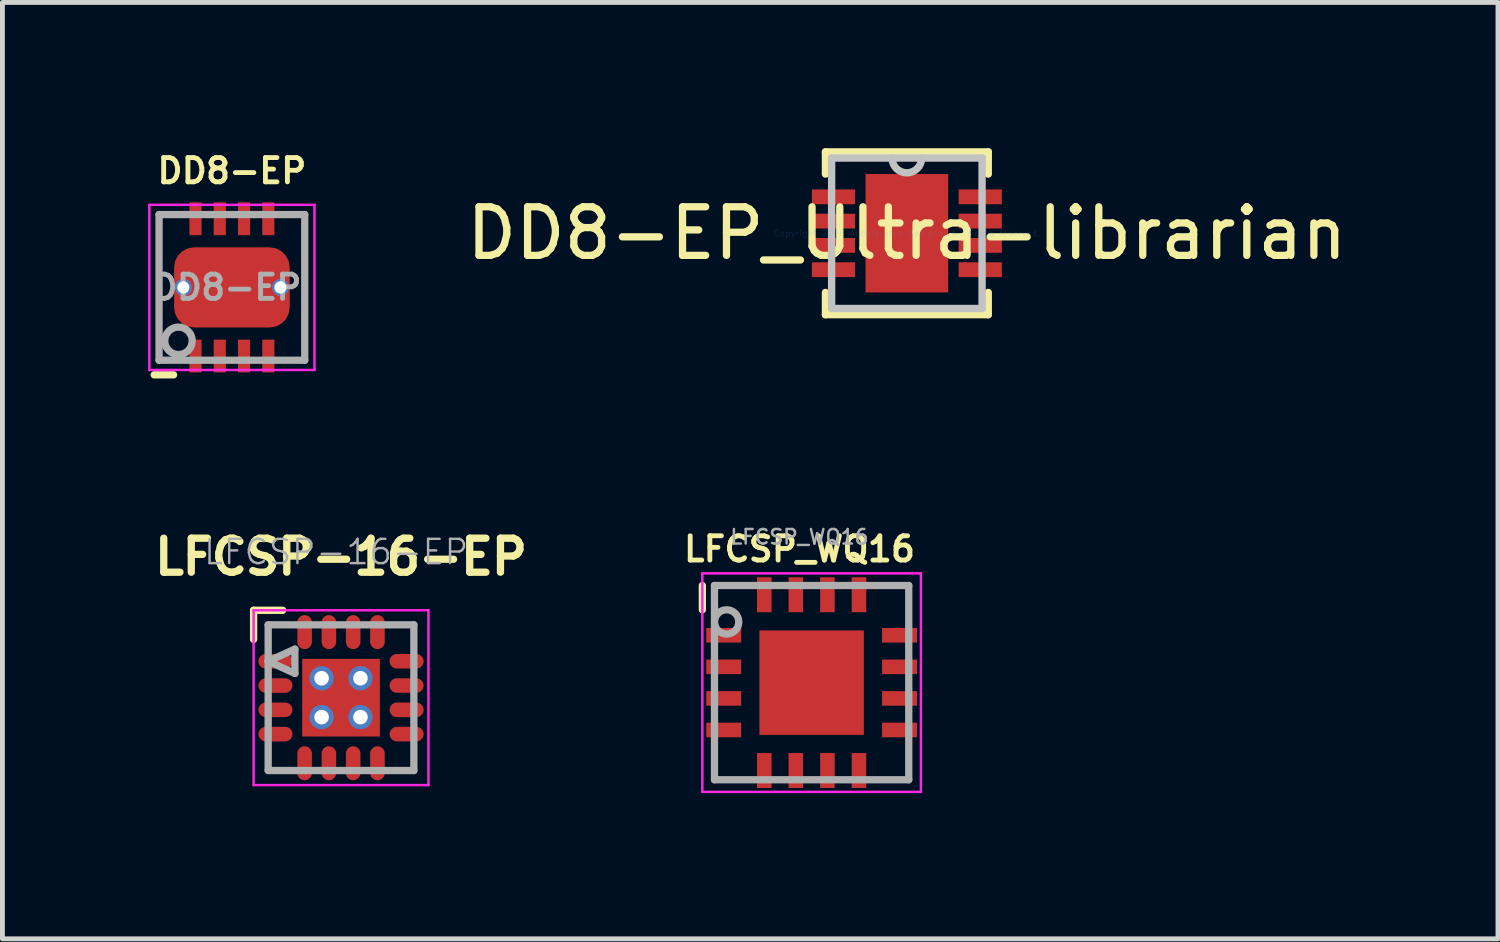
<source format=kicad_pcb>
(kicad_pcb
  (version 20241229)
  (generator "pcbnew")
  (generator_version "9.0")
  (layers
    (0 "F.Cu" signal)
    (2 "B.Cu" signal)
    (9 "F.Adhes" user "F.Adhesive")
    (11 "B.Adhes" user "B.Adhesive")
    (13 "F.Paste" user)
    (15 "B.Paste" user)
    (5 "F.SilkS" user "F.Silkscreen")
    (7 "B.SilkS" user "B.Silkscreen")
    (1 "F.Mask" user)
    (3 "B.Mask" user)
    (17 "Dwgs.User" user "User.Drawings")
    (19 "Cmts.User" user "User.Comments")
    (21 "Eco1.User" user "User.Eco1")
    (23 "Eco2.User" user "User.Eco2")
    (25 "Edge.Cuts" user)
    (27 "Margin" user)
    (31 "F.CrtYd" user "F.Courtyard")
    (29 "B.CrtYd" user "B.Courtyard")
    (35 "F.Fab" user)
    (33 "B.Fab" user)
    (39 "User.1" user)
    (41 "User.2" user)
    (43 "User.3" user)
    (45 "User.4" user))
  (footprint "DD8-EP_Ultra-librarian"
    (layer "F.Cu")
    (at 15.623 1.753)
    (property "Reference" "DD8-EP_Ultra-librarian" (at 0 0 0) (layer "F.SilkS") (effects (font (size 1 1) (thickness 0.15))))
    (attr through_hole)
    (fp_line (start -1.676 -1.676) (end -1.676 -1.219) (stroke (width 0.152) (type solid)) (layer "F.SilkS"))
    (fp_line (start -1.676 1.219) (end -1.676 1.676) (stroke (width 0.152) (type solid)) (layer "F.SilkS"))
    (fp_line (start -1.676 1.676) (end 1.676 1.676) (stroke (width 0.152) (type solid)) (layer "F.SilkS"))
    (fp_line (start 1.676 -1.676) (end -1.676 -1.676) (stroke (width 0.152) (type solid)) (layer "F.SilkS"))
    (fp_line (start 1.676 -1.219) (end 1.676 -1.676) (stroke (width 0.152) (type solid)) (layer "F.SilkS"))
    (fp_line (start 1.676 1.676) (end 1.676 1.219) (stroke (width 0.152) (type solid)) (layer "F.SilkS"))
    (fp_line (start -1.549 -1.549) (end -1.549 1.549) (stroke (width 0.152) (type solid)) (layer "Dwgs.User"))
    (fp_line (start -1.549 1.549) (end 1.549 1.549) (stroke (width 0.152) (type solid)) (layer "Dwgs.User"))
    (fp_line (start 1.549 -1.549) (end -1.549 -1.549) (stroke (width 0.152) (type solid)) (layer "Dwgs.User"))
    (fp_line (start 1.549 1.549) (end 1.549 -1.549) (stroke (width 0.152) (type solid)) (layer "Dwgs.User"))
    (fp_arc (start 0.3048 -1.5494) (mid 0 -1.2446) (end -0.3048 -1.5494) (stroke (width 0.1524) (type solid)) (layer "Dwgs.User"))
    (fp_text user "Copyright 2016 Accelerated Designs. All rights reserved." (at 0 0 0) (layer "Cmts.User") (effects (font (size 0.127 0.127) (thickness 0.002))))
    (pad "1" smd rect (at -1.511 -0.75) (size 0.889 0.305) (layers "F.Cu" "F.Mask" "F.Paste"))
    (pad "2" smd rect (at -1.511 -0.25) (size 0.889 0.305) (layers "F.Cu" "F.Mask" "F.Paste"))
    (pad "3" smd rect (at -1.511 0.25) (size 0.889 0.305) (layers "F.Cu" "F.Mask" "F.Paste"))
    (pad "4" smd rect (at -1.511 0.75) (size 0.889 0.305) (layers "F.Cu" "F.Mask" "F.Paste"))
    (pad "5" smd rect (at 1.511 0.75) (size 0.889 0.305) (layers "F.Cu" "F.Mask" "F.Paste"))
    (pad "6" smd rect (at 1.511 0.25) (size 0.889 0.305) (layers "F.Cu" "F.Mask" "F.Paste"))
    (pad "7" smd rect (at 1.511 -0.25) (size 0.889 0.305) (layers "F.Cu" "F.Mask" "F.Paste"))
    (pad "8" smd rect (at 1.511 -0.75) (size 0.889 0.305) (layers "F.Cu" "F.Mask" "F.Paste"))
    (pad "9" smd rect (at 0 0) (size 1.702 2.438) (layers "F.Cu" "F.Mask" "F.Paste")))
  (footprint "LFCSP_WQ16"
    (layer "F.Cu")
    (at 13.662 11.006)
    (property "Reference" "LFCSP_WQ16" (at -0.25 -2.75 0) (layer "F.SilkS") (effects (font (size 0.5 0.5) (thickness 0.1))))
    (attr smd)
    (fp_line (start -2.25 -1.5) (end -2.25 -2) (stroke (width 0.15) (type solid)) (layer "F.SilkS"))
    (fp_line (start -2.25 -2.25) (end 2.25 -2.25) (stroke (width 0.05) (type solid)) (layer "F.CrtYd"))
    (fp_line (start -2.25 2.25) (end -2.25 -2.25) (stroke (width 0.05) (type solid)) (layer "F.CrtYd"))
    (fp_line (start 2.25 -2.25) (end 2.25 2.25) (stroke (width 0.05) (type solid)) (layer "F.CrtYd"))
    (fp_line (start 2.25 2.25) (end -2.25 2.25) (stroke (width 0.05) (type solid)) (layer "F.CrtYd"))
    (fp_line (start -2 -2) (end -2 -2) (stroke (width 0.15) (type solid)) (layer "F.Fab"))
    (fp_line (start -2 -2) (end 2 -2) (stroke (width 0.15) (type solid)) (layer "F.Fab"))
    (fp_line (start -2 2) (end -2 -2) (stroke (width 0.15) (type solid)) (layer "F.Fab"))
    (fp_line (start 2 -2) (end 2 2) (stroke (width 0.15) (type solid)) (layer "F.Fab"))
    (fp_line (start 2 2) (end -2 2) (stroke (width 0.15) (type solid)) (layer "F.Fab"))
    (fp_circle (center -1.75 -1.25) (end -1.5 -1.25) (stroke (width 0.15) (type solid)) (fill no) (layer "F.Fab"))
    (fp_text user "${REFERENCE}" (at -0.25 -3 0) (layer "F.Fab") (effects (font (size 0.3 0.3) (thickness 0.05))))
    (pad "1" smd rect (at -1.81 -0.975) (size 0.72 0.3) (layers "F.Cu" "F.Mask" "F.Paste"))
    (pad "2" smd rect (at -1.81 -0.325) (size 0.72 0.3) (layers "F.Cu" "F.Mask" "F.Paste"))
    (pad "3" smd rect (at -1.81 0.325) (size 0.72 0.3) (layers "F.Cu" "F.Mask" "F.Paste"))
    (pad "4" smd rect (at -1.81 0.975) (size 0.72 0.3) (layers "F.Cu" "F.Mask" "F.Paste"))
    (pad "5" smd rect (at -0.975 1.81) (size 0.3 0.72) (layers "F.Cu" "F.Mask" "F.Paste"))
    (pad "6" smd rect (at -0.325 1.81) (size 0.3 0.72) (layers "F.Cu" "F.Mask" "F.Paste"))
    (pad "7" smd rect (at 0.325 1.81) (size 0.3 0.72) (layers "F.Cu" "F.Mask" "F.Paste"))
    (pad "8" smd rect (at 0.975 1.81) (size 0.3 0.72) (layers "F.Cu" "F.Mask" "F.Paste"))
    (pad "9" smd rect (at 1.81 0.975) (size 0.72 0.3) (layers "F.Cu" "F.Mask" "F.Paste"))
    (pad "10" smd rect (at 1.81 0.325) (size 0.72 0.3) (layers "F.Cu" "F.Mask" "F.Paste"))
    (pad "11" smd rect (at 1.81 -0.325) (size 0.72 0.3) (layers "F.Cu" "F.Mask" "F.Paste"))
    (pad "12" smd rect (at 1.81 -0.975) (size 0.72 0.3) (layers "F.Cu" "F.Mask" "F.Paste"))
    (pad "13" smd rect (at 0.975 -1.81) (size 0.3 0.72) (layers "F.Cu" "F.Mask" "F.Paste"))
    (pad "14" smd rect (at 0.325 -1.81) (size 0.3 0.72) (layers "F.Cu" "F.Mask" "F.Paste"))
    (pad "15" smd rect (at -0.325 -1.81) (size 0.3 0.72) (layers "F.Cu" "F.Mask" "F.Paste"))
    (pad "16" smd rect (at -0.975 -1.81) (size 0.3 0.72) (layers "F.Cu" "F.Mask" "F.Paste"))
    (pad "17" smd rect (at 0 0) (size 2.15 2.15) (layers "F.Cu" "F.Mask" "F.Paste")))
  (footprint "LFCSP-16-EP"
    (layer "F.Cu")
    (at 3.972 11.316)
    (property "Reference" "LFCSP-16-EP" (at 0 -2.9 180) (layer "F.SilkS") (effects (font (size 0.7 0.7) (thickness 0.15))))
    (attr smd)
    (fp_line (start -1.8 -1.2) (end -1.8 -1.8) (stroke (width 0.15) (type solid)) (layer "F.SilkS"))
    (fp_line (start -1.2 -1.8) (end -1.8 -1.8) (stroke (width 0.15) (type solid)) (layer "F.SilkS"))
    (fp_line (start -1.8 -1.8) (end 1.8 -1.8) (stroke (width 0.05) (type solid)) (layer "F.CrtYd"))
    (fp_line (start -1.8 1.8) (end -1.8 -1.8) (stroke (width 0.05) (type solid)) (layer "F.CrtYd"))
    (fp_line (start 1.8 -1.8) (end 1.8 1.8) (stroke (width 0.05) (type solid)) (layer "F.CrtYd"))
    (fp_line (start 1.8 1.8) (end -1.8 1.8) (stroke (width 0.05) (type solid)) (layer "F.CrtYd"))
    (fp_line (start -1.5 -1.5) (end 1.5 -1.5) (stroke (width 0.15) (type solid)) (layer "F.Fab"))
    (fp_line (start -1.5 -0.75) (end -0.95 -1) (stroke (width 0.15) (type solid)) (layer "F.Fab"))
    (fp_line (start -1.5 1.5) (end -1.5 -1.5) (stroke (width 0.15) (type solid)) (layer "F.Fab"))
    (fp_line (start -0.95 -1) (end -0.95 -0.5) (stroke (width 0.15) (type solid)) (layer "F.Fab"))
    (fp_line (start -0.95 -0.5) (end -1.5 -0.75) (stroke (width 0.15) (type solid)) (layer "F.Fab"))
    (fp_line (start 1.5 -1.5) (end 1.5 1.5) (stroke (width 0.15) (type solid)) (layer "F.Fab"))
    (fp_line (start 1.5 1.5) (end -1.5 1.5) (stroke (width 0.15) (type solid)) (layer "F.Fab"))
    (fp_text user "${REFERENCE}" (at -0.1 -3 0) (layer "F.Fab") (effects (font (size 0.5 0.5) (thickness 0.05))))
    (pad "1" smd oval (at -1.35 -0.75 90) (size 0.3 0.7) (layers "F.Cu" "F.Mask" "F.Paste"))
    (pad "2" smd oval (at -1.35 -0.25 90) (size 0.3 0.7) (layers "F.Cu" "F.Mask" "F.Paste"))
    (pad "3" smd oval (at -1.35 0.25 90) (size 0.3 0.7) (layers "F.Cu" "F.Mask" "F.Paste"))
    (pad "4" smd oval (at -1.35 0.75 90) (size 0.3 0.7) (layers "F.Cu" "F.Mask" "F.Paste"))
    (pad "5" smd oval (at -0.75 1.35) (size 0.3 0.7) (layers "F.Cu" "F.Mask" "F.Paste"))
    (pad "6" smd oval (at -0.25 1.35) (size 0.3 0.7) (layers "F.Cu" "F.Mask" "F.Paste"))
    (pad "7" smd oval (at 0.25 1.35) (size 0.3 0.7) (layers "F.Cu" "F.Mask" "F.Paste"))
    (pad "8" smd oval (at 0.75 1.35) (size 0.3 0.7) (layers "F.Cu" "F.Mask" "F.Paste"))
    (pad "9" smd oval (at 1.35 0.75 90) (size 0.3 0.7) (layers "F.Cu" "F.Mask" "F.Paste"))
    (pad "10" smd oval (at 1.35 0.25 90) (size 0.3 0.7) (layers "F.Cu" "F.Mask" "F.Paste"))
    (pad "11" smd oval (at 1.35 -0.25 90) (size 0.3 0.7) (layers "F.Cu" "F.Mask" "F.Paste"))
    (pad "12" smd oval (at 1.35 -0.75 90) (size 0.3 0.7) (layers "F.Cu" "F.Mask" "F.Paste"))
    (pad "13" smd oval (at 0.75 -1.35) (size 0.3 0.7) (layers "F.Cu" "F.Mask" "F.Paste"))
    (pad "14" smd oval (at 0.25 -1.35) (size 0.3 0.7) (layers "F.Cu" "F.Mask" "F.Paste"))
    (pad "15" smd oval (at -0.25 -1.35) (size 0.3 0.7) (layers "F.Cu" "F.Mask" "F.Paste"))
    (pad "16" smd oval (at -0.75 -1.35) (size 0.3 0.7) (layers "F.Cu" "F.Mask" "F.Paste"))
    (pad "EP" thru_hole circle (at -0.4 -0.4) (size 0.5 0.5) (drill 0.3) (layers "*.Cu" "*.Mask"))
    (pad "EP" thru_hole circle (at -0.4 0.4) (size 0.5 0.5) (drill 0.3) (layers "*.Cu" "*.Mask"))
    (pad "EP" smd rect (at 0 0) (size 1.3 0.5) (layers "F.Cu" "F.Mask" "F.Paste"))
    (pad "EP" smd rect (at 0 0 90) (size 1.3 0.5) (layers "F.Cu" "F.Mask" "F.Paste"))
    (pad "EP" smd rect (at 0 0) (size 1.6 1.6) (layers "F.Cu" "F.Mask"))
    (pad "EP" thru_hole circle (at 0.4 -0.4) (size 0.5 0.5) (drill 0.3) (layers "*.Cu" "*.Mask"))
    (pad "EP" thru_hole circle (at 0.4 0.4) (size 0.5 0.5) (drill 0.3) (layers "*.Cu" "*.Mask")))
  (footprint "DD8-EP"
    (layer "F.Cu")
    (at 1.725 2.868)
    (property "Reference" "DD8-EP" (at 0 -2.4 0) (layer "F.SilkS") (effects (font (size 0.5 0.5) (thickness 0.1))))
    (attr smd)
    (fp_line (start -1.2 1.8) (end -1.6 1.8) (stroke (width 0.15) (type solid)) (layer "F.SilkS"))
    (fp_line (start -1.7 -1.7) (end -1.7 1.7) (stroke (width 0.05) (type solid)) (layer "F.CrtYd"))
    (fp_line (start -1.7 -1.7) (end 1.7 -1.7) (stroke (width 0.05) (type solid)) (layer "F.CrtYd"))
    (fp_line (start -1.7 1.7) (end 1.7 1.7) (stroke (width 0.05) (type solid)) (layer "F.CrtYd"))
    (fp_line (start 1.7 -1.7) (end 1.7 1.7) (stroke (width 0.05) (type solid)) (layer "F.CrtYd"))
    (fp_line (start -1.5 -1.5) (end -1.5 1.5) (stroke (width 0.15) (type solid)) (layer "F.Fab"))
    (fp_line (start -1.5 1.5) (end 1.5 1.5) (stroke (width 0.15) (type solid)) (layer "F.Fab"))
    (fp_line (start 1.5 -1.5) (end -1.5 -1.5) (stroke (width 0.15) (type solid)) (layer "F.Fab"))
    (fp_line (start 1.5 1.5) (end 1.5 -1.5) (stroke (width 0.15) (type solid)) (layer "F.Fab"))
    (fp_circle (center -1.1 1.1) (end -0.9 0.9) (stroke (width 0.15) (type solid)) (fill no) (layer "F.Fab"))
    (fp_text user "${REFERENCE}" (at -0.1 0 0) (layer "F.Fab") (effects (font (size 0.5 0.5) (thickness 0.1))))
    (pad "1" smd rect (at -0.75 1.413 90) (size 0.675 0.25) (layers "F.Cu" "F.Mask" "F.Paste"))
    (pad "2" smd rect (at -0.25 1.413 90) (size 0.675 0.25) (layers "F.Cu" "F.Mask" "F.Paste"))
    (pad "3" smd rect (at 0.25 1.413 90) (size 0.675 0.25) (layers "F.Cu" "F.Mask" "F.Paste"))
    (pad "4" smd rect (at 0.75 1.413 90) (size 0.675 0.25) (layers "F.Cu" "F.Mask" "F.Paste"))
    (pad "5" smd rect (at 0.75 -1.413 90) (size 0.675 0.25) (layers "F.Cu" "F.Mask" "F.Paste"))
    (pad "6" smd rect (at 0.25 -1.413 90) (size 0.675 0.25) (layers "F.Cu" "F.Mask" "F.Paste"))
    (pad "7" smd rect (at -0.25 -1.413 90) (size 0.675 0.25) (layers "F.Cu" "F.Mask" "F.Paste"))
    (pad "8" smd rect (at -0.75 -1.413 90) (size 0.675 0.25) (layers "F.Cu" "F.Mask" "F.Paste"))
    (pad "9" thru_hole circle (at -1 0) (size 0.35 0.35) (drill 0.25) (layers "*.Cu" "F.Mask"))
    (pad "9" smd roundrect (at 0 0) (size 2.38 1.65) (layers "F.Cu" "F.Mask" "F.Paste") (roundrect_rratio 0.25))
    (pad "9" thru_hole circle (at 1 0) (size 0.35 0.35) (drill 0.25) (layers "*.Cu" "F.Mask")))
  (gr_rect
    (start -3 -3)
    (end 27.795 16.281)
    (stroke (width 0.1) (type default))
    (fill no)
    (layer "Edge.Cuts")))
</source>
